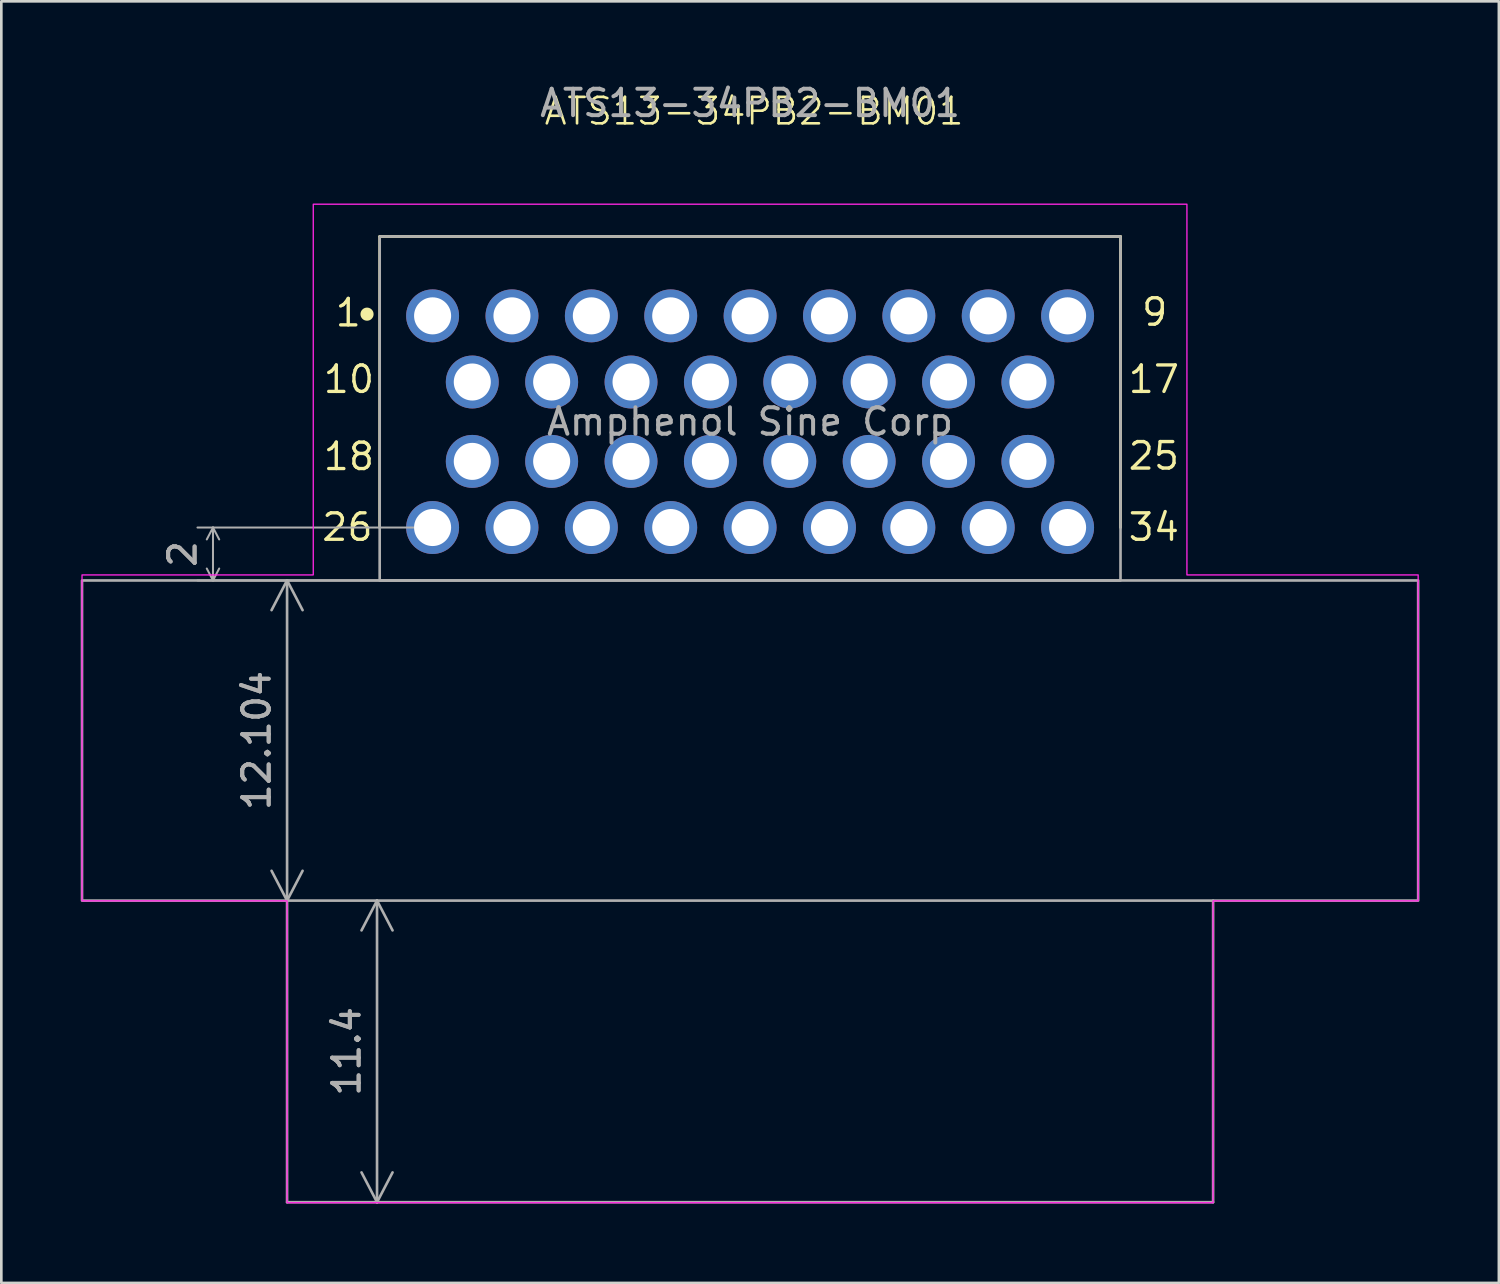
<source format=kicad_pcb>
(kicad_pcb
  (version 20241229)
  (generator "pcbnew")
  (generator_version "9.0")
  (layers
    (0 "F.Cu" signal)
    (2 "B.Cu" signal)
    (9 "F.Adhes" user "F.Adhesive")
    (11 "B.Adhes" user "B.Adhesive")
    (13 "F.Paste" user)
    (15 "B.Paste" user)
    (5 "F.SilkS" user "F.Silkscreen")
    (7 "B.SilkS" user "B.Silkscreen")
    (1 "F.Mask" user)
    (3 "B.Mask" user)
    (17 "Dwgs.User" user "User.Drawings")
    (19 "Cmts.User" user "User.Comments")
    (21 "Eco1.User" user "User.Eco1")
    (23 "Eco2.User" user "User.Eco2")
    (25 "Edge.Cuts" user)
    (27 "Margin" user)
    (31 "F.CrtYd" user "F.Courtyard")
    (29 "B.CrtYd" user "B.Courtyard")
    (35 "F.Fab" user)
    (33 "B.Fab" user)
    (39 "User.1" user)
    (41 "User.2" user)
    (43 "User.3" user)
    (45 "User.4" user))
  (footprint "ATS13-34PB2-BM01"
    (layer "F.Cu")
    (at 25.3 12.888)
    (property "Reference" "ATS13-34PB2-BM01" (at 0.15 -11.735 0) (unlocked yes) (layer "F.SilkS") (effects (font (size 1 1) (thickness 0.1))))
    (property "MFG" "Amphenol Sine Corp" (at 0 0 0) (layer "F.Fab") (effects (font (size 1 1) (thickness 0.15))))
    (attr through_hole)
    (fp_line (start -14 -7) (end -14 4) (stroke (width 0.1) (type default)) (layer "F.SilkS"))
    (fp_line (start -14 -7) (end 14 -7) (stroke (width 0.1) (type default)) (layer "F.SilkS"))
    (fp_line (start 14 -7) (end 14 4) (stroke (width 0.1) (type default)) (layer "F.SilkS"))
    (fp_circle (center -14.478 -4.064) (end -14.351 -3.912) (stroke (width 0.1) (type solid)) (fill yes) (layer "F.SilkS"))
    (fp_poly (pts (xy -16.51 -8.22) (xy 16.51 -8.22) (xy 16.51 5.791) (xy 25.25 5.791) (xy 25.25 18.11) (xy 17.5 18.11) (xy 17.5 29.52) (xy -17.5 29.52) (xy -17.5 18.11) (xy -25.25 18.11) (xy -25.25 5.791) (xy -16.51 5.791)) (stroke (width 0.05) (type solid)) (fill no) (layer "F.CrtYd"))
    (fp_line (start -17.5 29.5) (end -17.5 18.1) (stroke (width 0.1) (type default)) (layer "F.Fab"))
    (fp_line (start 17.5 18.1) (end 17.5 29.5) (stroke (width 0.1) (type default)) (layer "F.Fab"))
    (fp_line (start 17.5 29.5) (end -17.5 29.5) (stroke (width 0.1) (type default)) (layer "F.Fab"))
    (fp_rect (start -25.25 6) (end 25.25 18.1) (stroke (width 0.1) (type solid)) (fill no) (layer "F.Fab"))
    (fp_rect (start -14 -7) (end 14 6) (stroke (width 0.1) (type default)) (fill no) (layer "F.Fab"))
    (fp_text user "1" (at -15.748 -3.531 0) (unlocked yes) (layer "F.SilkS") (effects (font (size 1 1) (thickness 0.127)) (justify left bottom)))
    (fp_text user "10" (at -16.2 -1.016 0) (unlocked yes) (layer "F.SilkS") (effects (font (size 1 1) (thickness 0.127)) (justify left bottom)))
    (fp_text user "34" (at 14.224 4.572 0) (unlocked yes) (layer "F.SilkS") (effects (font (size 1 1) (thickness 0.127)) (justify left bottom)))
    (fp_text user "26" (at -16.256 4.572 0) (unlocked yes) (layer "F.SilkS") (effects (font (size 1 1) (thickness 0.127)) (justify left bottom)))
    (fp_text user "17" (at 14.224 -1.016 0) (unlocked yes) (layer "F.SilkS") (effects (font (size 1 1) (thickness 0.127)) (justify left bottom)))
    (fp_text user "18" (at -16.2 1.9 0) (unlocked yes) (layer "F.SilkS") (effects (font (size 1 1) (thickness 0.127)) (justify left bottom)))
    (fp_text user "25" (at 14.224 1.88 0) (unlocked yes) (layer "F.SilkS") (effects (font (size 1 1) (thickness 0.127)) (justify left bottom)))
    (fp_text user "9" (at 14.732 -3.556 0) (unlocked yes) (layer "F.SilkS") (effects (font (size 1 1) (thickness 0.127)) (justify left bottom)))
    (fp_text user "${REFERENCE}" (at 0 -12.04 0) (unlocked yes) (layer "F.Fab") (effects (font (size 1 1) (thickness 0.15))))
    (dimension (type orthogonal) (layer "F.Fab") (pts (xy 11.2 30.988) (xy 11.2 42.388)) (height 0) (orientation 1) (format (prefix "") (suffix "") (units 3) (units_format 0) (precision 4) (suppress_zeroes yes)) (style (thickness 0.1) (arrow_length 1.27) (text_position_mode 0) (arrow_direction outward) (extension_height 0.586) (extension_offset 0.5) (keep_text_aligned yes)) (gr_text "11.4" (at 10.05 36.688 90) (layer "F.Fab") (effects (font (size 1 1) (thickness 0.15)))))
    (dimension (type orthogonal) (layer "F.Fab") (pts (xy 7.8 18.884) (xy 7.8 30.988)) (height 0) (orientation 1) (format (prefix "") (suffix "") (units 3) (units_format 0) (precision 4) (suppress_zeroes yes)) (style (thickness 0.1) (arrow_length 1.27) (text_position_mode 0) (arrow_direction outward) (extension_height 0.586) (extension_offset 0.5) (keep_text_aligned yes)) (gr_text "12.104" (at 6.65 24.936 90) (layer "F.Fab") (effects (font (size 1 1) (thickness 0.15)))))
    (dimension (type orthogonal) (layer "F.Fab") (pts (xy 13.3 16.888) (xy 13.3 18.888)) (height -8.3) (orientation 1) (format (prefix "") (suffix "") (units 3) (units_format 0) (precision 4) (suppress_zeroes yes)) (style (thickness 0.076) (arrow_length 0.508) (text_position_mode 0) (arrow_direction outward) (extension_height 0.586) (extension_offset 0.5) (keep_text_aligned yes)) (gr_text "2" (at 3.85 17.888 90) (layer "F.Fab") (effects (font (size 1 1) (thickness 0.15)))))
    (pad "1" thru_hole circle (at -12 -4) (size 2 2) (drill 1.4) (layers "*.Cu" "*.Mask"))
    (pad "2" thru_hole circle (at -9 -4) (size 2 2) (drill 1.4) (layers "*.Cu" "*.Mask"))
    (pad "3" thru_hole circle (at -6 -4) (size 2 2) (drill 1.4) (layers "*.Cu" "*.Mask"))
    (pad "4" thru_hole circle (at -3 -4) (size 2 2) (drill 1.4) (layers "*.Cu" "*.Mask"))
    (pad "5" thru_hole circle (at 0 -4) (size 2 2) (drill 1.4) (layers "*.Cu" "*.Mask"))
    (pad "6" thru_hole circle (at 3 -4) (size 2 2) (drill 1.4) (layers "*.Cu" "*.Mask"))
    (pad "7" thru_hole circle (at 6 -4) (size 2 2) (drill 1.4) (layers "*.Cu" "*.Mask"))
    (pad "8" thru_hole circle (at 9 -4) (size 2 2) (drill 1.4) (layers "*.Cu" "*.Mask"))
    (pad "9" thru_hole circle (at 12 -4) (size 2 2) (drill 1.4) (layers "*.Cu" "*.Mask"))
    (pad "10" thru_hole circle (at -10.5 -1.5) (size 2 2) (drill 1.4) (layers "*.Cu" "*.Mask"))
    (pad "11" thru_hole circle (at -7.5 -1.5) (size 2 2) (drill 1.4) (layers "*.Cu" "*.Mask"))
    (pad "12" thru_hole circle (at -4.5 -1.5) (size 2 2) (drill 1.4) (layers "*.Cu" "*.Mask"))
    (pad "13" thru_hole circle (at -1.5 -1.5) (size 2 2) (drill 1.4) (layers "*.Cu" "*.Mask"))
    (pad "14" thru_hole circle (at 1.5 -1.5) (size 2 2) (drill 1.4) (layers "*.Cu" "*.Mask"))
    (pad "15" thru_hole circle (at 4.5 -1.5) (size 2 2) (drill 1.4) (layers "*.Cu" "*.Mask"))
    (pad "16" thru_hole circle (at 7.5 -1.5) (size 2 2) (drill 1.4) (layers "*.Cu" "*.Mask"))
    (pad "17" thru_hole circle (at 10.5 -1.5) (size 2 2) (drill 1.4) (layers "*.Cu" "*.Mask"))
    (pad "18" thru_hole circle (at -10.5 1.5) (size 2 2) (drill 1.4) (layers "*.Cu" "*.Mask"))
    (pad "19" thru_hole circle (at -7.5 1.5) (size 2 2) (drill 1.4) (layers "*.Cu" "*.Mask"))
    (pad "20" thru_hole circle (at -4.5 1.5) (size 2 2) (drill 1.4) (layers "*.Cu" "*.Mask"))
    (pad "21" thru_hole circle (at -1.5 1.5) (size 2 2) (drill 1.4) (layers "*.Cu" "*.Mask"))
    (pad "22" thru_hole circle (at 1.5 1.5) (size 2 2) (drill 1.4) (layers "*.Cu" "*.Mask"))
    (pad "23" thru_hole circle (at 4.5 1.5) (size 2 2) (drill 1.4) (layers "*.Cu" "*.Mask"))
    (pad "24" thru_hole circle (at 7.5 1.5) (size 2 2) (drill 1.4) (layers "*.Cu" "*.Mask"))
    (pad "25" thru_hole circle (at 10.5 1.5) (size 2 2) (drill 1.4) (layers "*.Cu" "*.Mask"))
    (pad "26" thru_hole circle (at -12 4) (size 2 2) (drill 1.4) (layers "*.Cu" "*.Mask"))
    (pad "27" thru_hole circle (at -9 4) (size 2 2) (drill 1.4) (layers "*.Cu" "*.Mask"))
    (pad "28" thru_hole circle (at -6 4) (size 2 2) (drill 1.4) (layers "*.Cu" "*.Mask"))
    (pad "29" thru_hole circle (at -3 4) (size 2 2) (drill 1.4) (layers "*.Cu" "*.Mask"))
    (pad "30" thru_hole circle (at 0 4) (size 2 2) (drill 1.4) (layers "*.Cu" "*.Mask"))
    (pad "31" thru_hole circle (at 3 4) (size 2 2) (drill 1.4) (layers "*.Cu" "*.Mask"))
    (pad "32" thru_hole circle (at 6 4) (size 2 2) (drill 1.4) (layers "*.Cu" "*.Mask"))
    (pad "33" thru_hole circle (at 9 4) (size 2 2) (drill 1.4) (layers "*.Cu" "*.Mask"))
    (pad "34" thru_hole circle (at 12 4) (size 2 2) (drill 1.4) (layers "*.Cu" "*.Mask")))
  (gr_rect
    (start -3 -3)
    (end 53.6 45.438)
    (stroke (width 0.1) (type default))
    (fill no)
    (layer "Edge.Cuts")))
</source>
